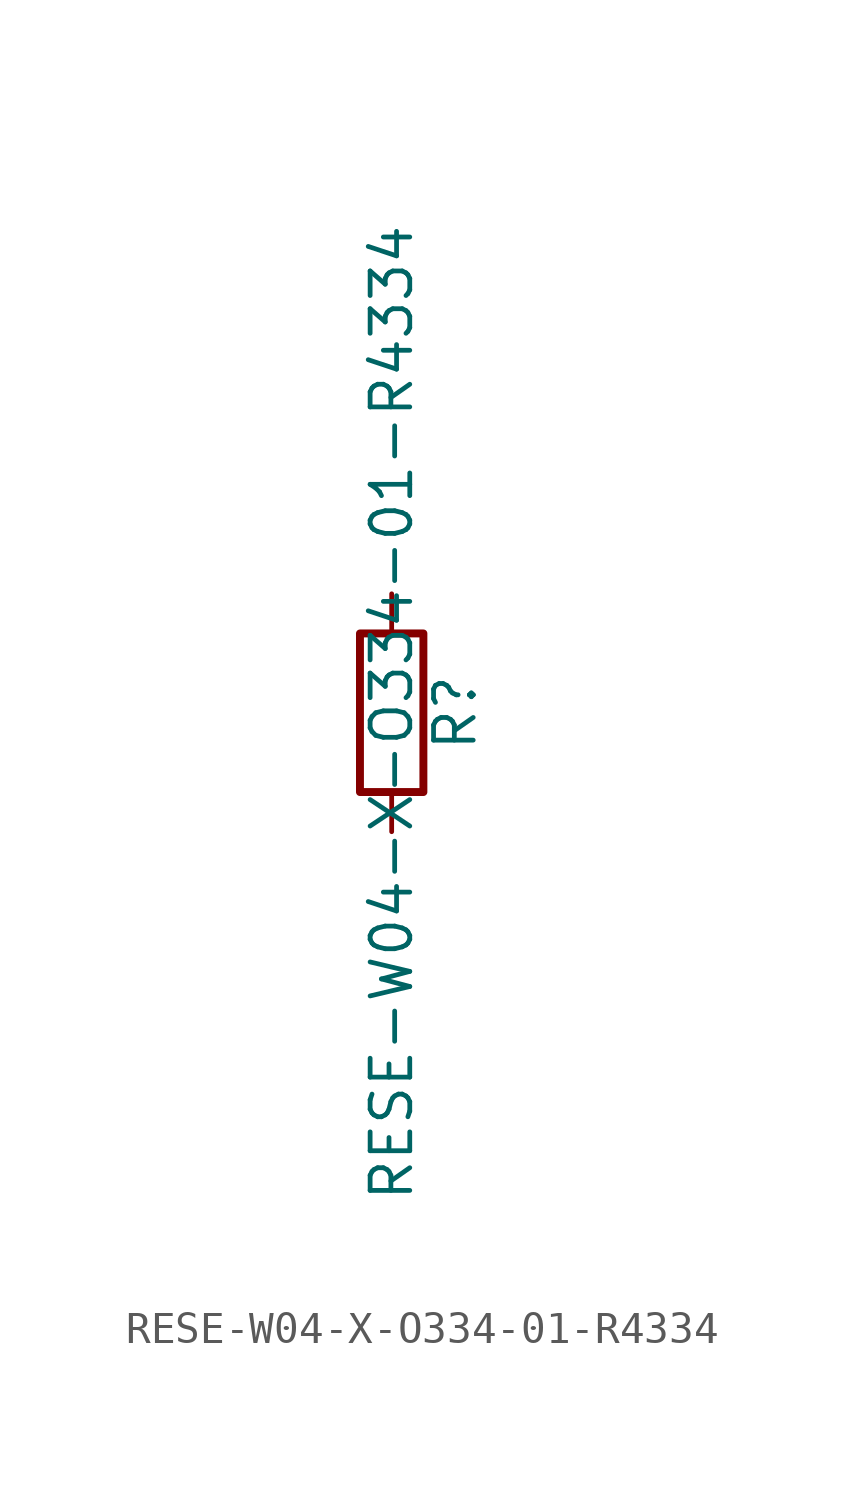
<source format=kicad_sym>
(kicad_symbol_lib
  (version 20211014)
  (generator kicad_symbol_editor)
  (symbol "RESE-W04-X-O334-01-R4334"
    (pin_numbers hide)
    (pin_names
      (offset 0))
    (property "Reference" "R"
      (at 2.032 0 90)
      (effects (font (size 1.27 1.27))))
    (property "Value" "RESE-W04-X-O334-01-R4334"
      (at 0 0 90)
      (effects (font (size 1.27 1.27))))
    (symbol "RESE-W04-X-O334-01-R4334_0_1"
      (rectangle (start -1.016 -2.54) (end 1.016 2.54) (stroke (width 0.254) (type default) (color 0 0 0 0)) (fill (type none))))
    (symbol "RESE-W04-X-O334-01-R4334_1_1"
      (pin passive line (at 0 3.81 270) (length 1.27) (name "~" (effects (font (size 1.27 1.27)))) (number "1" (effects (font (size 1.27 1.27)))))
      (pin passive line (at 0 -3.81 90) (length 1.27) (name "~" (effects (font (size 1.27 1.27)))) (number "2" (effects (font (size 1.27 1.27))))))))
</source>
